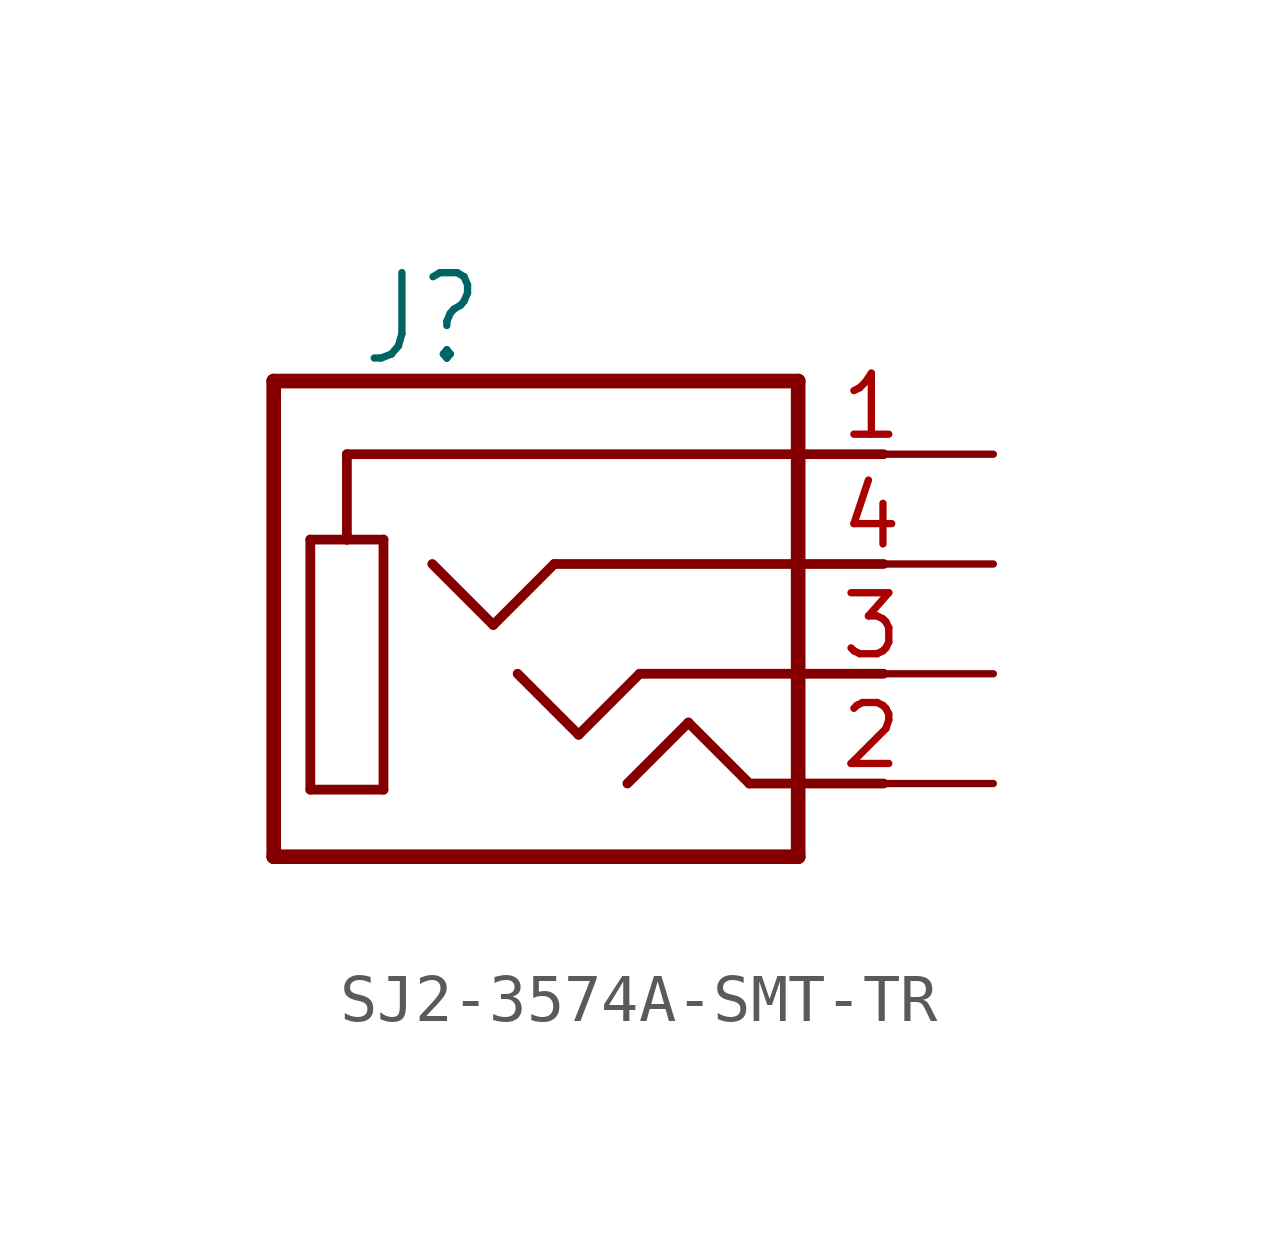
<source format=kicad_sym>
(kicad_symbol_lib
  (version 20231120)
  (generator "kicad_symbol_editor")
  (generator_version "8.0")
  (symbol "SJ2-3574A-SMT-TR"
    (property "Reference" "J"
      (at -7.62 5.334 0)
      (effects (font (size 1.778 1.511)) (justify left bottom)))
    (property "Value" ""
      (at -7.62 -5.08 0)
      (effects (font (size 1.778 1.511)) (justify left top)))
    (property "ki_locked" ""
      (at 0 0 0)
      (effects (font (size 1.27 1.27))))
    (symbol "SJ2-3574A-SMT-TR_1_0"
      (polyline (pts (xy -9.398 -4.826) (xy -9.398 5.08)) (stroke (width 0.305) (type solid)) (fill (type none)))
      (polyline (pts (xy -9.398 5.08) (xy 1.524 5.08)) (stroke (width 0.305) (type solid)) (fill (type none)))
      (polyline (pts (xy -8.636 -3.429) (xy -8.636 1.778)) (stroke (width 0.203) (type solid)) (fill (type none)))
      (polyline (pts (xy -8.636 1.778) (xy -7.874 1.778)) (stroke (width 0.203) (type solid)) (fill (type none)))
      (polyline (pts (xy -7.874 1.778) (xy -7.112 1.778)) (stroke (width 0.203) (type solid)) (fill (type none)))
      (polyline (pts (xy -7.874 3.556) (xy -7.874 1.778)) (stroke (width 0.203) (type solid)) (fill (type none)))
      (polyline (pts (xy -7.112 -3.429) (xy -8.636 -3.429)) (stroke (width 0.203) (type solid)) (fill (type none)))
      (polyline (pts (xy -7.112 1.778) (xy -7.112 -3.429)) (stroke (width 0.203) (type solid)) (fill (type none)))
      (polyline (pts (xy -6.096 1.27) (xy -4.826 0)) (stroke (width 0.203) (type solid)) (fill (type none)))
      (polyline (pts (xy -4.826 0) (xy -3.556 1.27)) (stroke (width 0.203) (type solid)) (fill (type none)))
      (polyline (pts (xy -4.318 -1.016) (xy -3.048 -2.286)) (stroke (width 0.203) (type solid)) (fill (type none)))
      (polyline (pts (xy -3.556 1.27) (xy 3.302 1.27)) (stroke (width 0.203) (type solid)) (fill (type none)))
      (polyline (pts (xy -3.048 -2.286) (xy -1.778 -1.016)) (stroke (width 0.203) (type solid)) (fill (type none)))
      (polyline (pts (xy -2.032 -3.302) (xy -0.762 -2.032)) (stroke (width 0.203) (type solid)) (fill (type none)))
      (polyline (pts (xy -1.778 -1.016) (xy 3.302 -1.016)) (stroke (width 0.203) (type solid)) (fill (type none)))
      (polyline (pts (xy -0.762 -2.032) (xy 0.508 -3.302)) (stroke (width 0.203) (type solid)) (fill (type none)))
      (polyline (pts (xy 0.508 -3.302) (xy 3.302 -3.302)) (stroke (width 0.203) (type solid)) (fill (type none)))
      (polyline (pts (xy 1.524 -4.826) (xy -9.398 -4.826)) (stroke (width 0.305) (type solid)) (fill (type none)))
      (polyline (pts (xy 1.524 5.08) (xy 1.524 -4.826)) (stroke (width 0.305) (type solid)) (fill (type none)))
      (polyline (pts (xy 3.302 3.556) (xy -7.874 3.556)) (stroke (width 0.203) (type solid)) (fill (type none)))
      (pin passive line (at 5.588 3.556 180) (length 5.08) (name "1" (effects (font (size 0 0)))) (number "1" (effects (font (size 1.27 1.27)))))
      (pin passive line (at 5.588 -3.302 180) (length 5.08) (name "2" (effects (font (size 0 0)))) (number "2" (effects (font (size 1.27 1.27)))))
      (pin passive line (at 5.588 -1.016 180) (length 5.08) (name "3" (effects (font (size 0 0)))) (number "3" (effects (font (size 1.27 1.27)))))
      (pin passive line (at 5.588 1.27 180) (length 5.08) (name "4" (effects (font (size 0 0)))) (number "4" (effects (font (size 1.27 1.27))))))))
</source>
